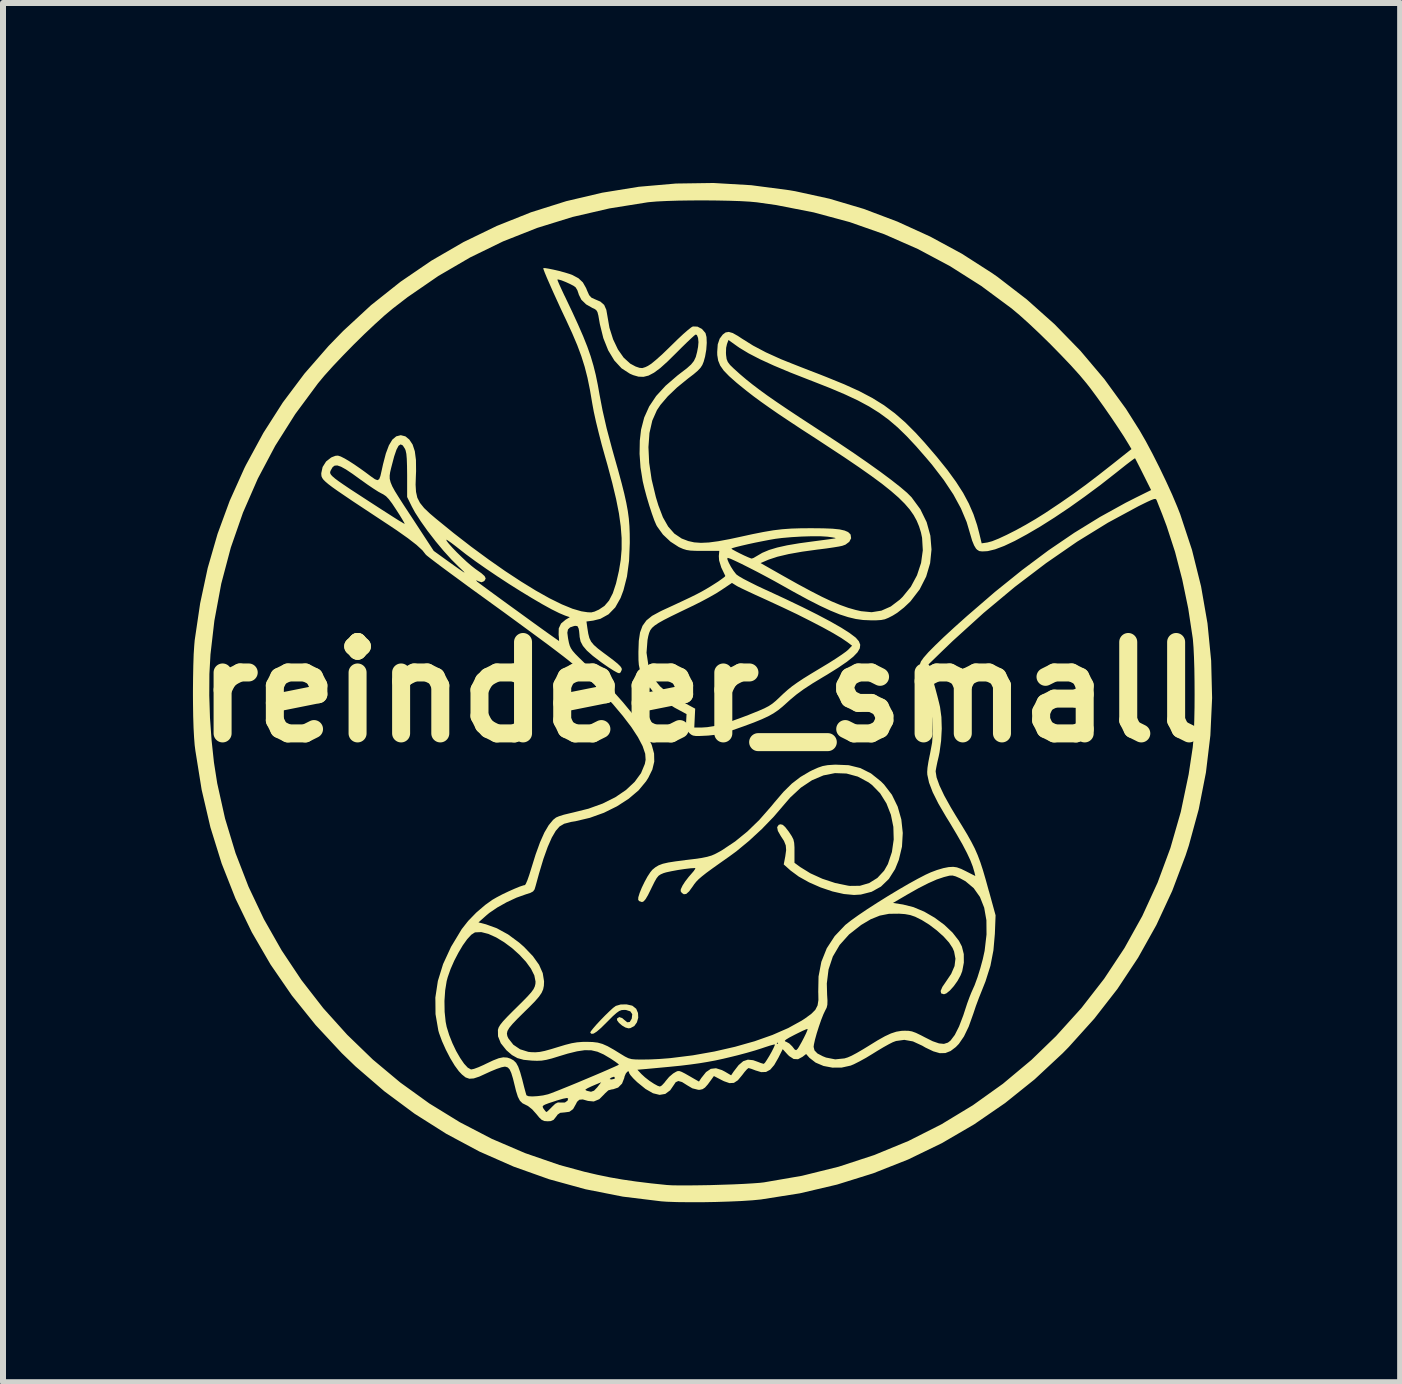
<source format=kicad_pcb>
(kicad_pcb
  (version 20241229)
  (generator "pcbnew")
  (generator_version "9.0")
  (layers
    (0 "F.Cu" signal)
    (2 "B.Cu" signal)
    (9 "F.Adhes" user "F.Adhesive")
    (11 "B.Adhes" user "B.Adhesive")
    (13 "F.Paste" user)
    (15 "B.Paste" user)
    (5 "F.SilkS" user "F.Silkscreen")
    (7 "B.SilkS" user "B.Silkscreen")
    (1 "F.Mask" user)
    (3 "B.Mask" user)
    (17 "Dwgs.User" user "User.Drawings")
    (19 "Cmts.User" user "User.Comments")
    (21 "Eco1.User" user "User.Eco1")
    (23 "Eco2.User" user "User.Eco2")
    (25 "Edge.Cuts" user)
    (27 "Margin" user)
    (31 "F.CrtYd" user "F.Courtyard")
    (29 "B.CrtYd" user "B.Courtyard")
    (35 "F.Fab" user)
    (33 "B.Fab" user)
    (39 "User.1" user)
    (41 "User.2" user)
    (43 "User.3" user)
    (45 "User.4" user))
  (footprint "reindeer_small"
    (layer "F.Cu")
    (at 8.643 8.485)
    (property "Reference" "reindeer_small" (at 0 0 0) (layer "F.SilkS") (effects (font (size 1.524 1.524) (thickness 0.3))))
    (attr board_only exclude_from_pos_files exclude_from_bom)
    (fp_poly (pts (xy -1.159 5.226) (xy -1.15 5.23) (xy -1.089 5.279) (xy -1.059 5.349) (xy -1.055 5.428) (xy -1.077 5.505) (xy -1.121 5.567) (xy -1.186 5.601) (xy -1.219 5.605) (xy -1.269 5.591) (xy -1.325 5.558) (xy -1.376 5.514) (xy -1.407 5.472) (xy -1.41 5.443) (xy -1.372 5.417) (xy -1.322 5.434) (xy -1.289 5.463) (xy -1.238 5.504) (xy -1.197 5.499) (xy -1.166 5.448) (xy -1.163 5.44) (xy -1.155 5.369) (xy -1.187 5.322) (xy -1.259 5.299) (xy -1.293 5.298) (xy -1.333 5.301) (xy -1.372 5.316) (xy -1.417 5.348) (xy -1.478 5.402) (xy -1.561 5.485) (xy -1.575 5.499) (xy -1.673 5.596) (xy -1.746 5.659) (xy -1.798 5.692) (xy -1.833 5.697) (xy -1.855 5.678) (xy -1.845 5.654) (xy -1.807 5.606) (xy -1.75 5.54) (xy -1.681 5.466) (xy -1.607 5.39) (xy -1.536 5.321) (xy -1.475 5.265) (xy -1.431 5.232) (xy -1.426 5.23) (xy -1.346 5.207) (xy -1.249 5.206)) (stroke (width 0) (type solid)) (fill yes) (layer "F.SilkS"))
    (fp_poly (pts (xy 2.453 1.219) (xy 2.647 1.267) (xy 2.824 1.356) (xy 2.99 1.489) (xy 3.042 1.541) (xy 3.173 1.712) (xy 3.269 1.909) (xy 3.33 2.123) (xy 3.354 2.348) (xy 3.341 2.576) (xy 3.288 2.798) (xy 3.226 2.951) (xy 3.122 3.115) (xy 2.991 3.242) (xy 2.835 3.329) (xy 2.655 3.375) (xy 2.541 3.382) (xy 2.372 3.366) (xy 2.182 3.323) (xy 1.984 3.256) (xy 1.793 3.172) (xy 1.621 3.076) (xy 1.483 2.974) (xy 1.37 2.873) (xy 1.396 2.737) (xy 1.41 2.634) (xy 1.404 2.556) (xy 1.374 2.481) (xy 1.319 2.397) (xy 1.272 2.314) (xy 1.26 2.252) (xy 1.286 2.213) (xy 1.315 2.204) (xy 1.351 2.212) (xy 1.393 2.248) (xy 1.449 2.32) (xy 1.457 2.331) (xy 1.503 2.401) (xy 1.531 2.456) (xy 1.544 2.513) (xy 1.549 2.589) (xy 1.549 2.656) (xy 1.549 2.846) (xy 1.644 2.916) (xy 1.814 3.021) (xy 2.014 3.112) (xy 2.229 3.183) (xy 2.442 3.227) (xy 2.473 3.231) (xy 2.64 3.229) (xy 2.795 3.183) (xy 2.931 3.098) (xy 3.043 2.977) (xy 3.106 2.867) (xy 3.173 2.666) (xy 3.203 2.457) (xy 3.197 2.247) (xy 3.156 2.045) (xy 3.082 1.856) (xy 2.977 1.688) (xy 2.843 1.55) (xy 2.785 1.506) (xy 2.604 1.409) (xy 2.416 1.358) (xy 2.224 1.351) (xy 2.032 1.389) (xy 1.841 1.47) (xy 1.656 1.593) (xy 1.478 1.758) (xy 1.377 1.875) (xy 1.205 2.076) (xy 1.006 2.282) (xy 0.793 2.479) (xy 0.581 2.654) (xy 0.461 2.742) (xy 0.302 2.854) (xy 0.177 2.943) (xy 0.08 3.014) (xy 0.008 3.071) (xy -0.047 3.118) (xy -0.088 3.16) (xy -0.121 3.201) (xy -0.148 3.241) (xy -0.208 3.323) (xy -0.255 3.365) (xy -0.295 3.37) (xy -0.328 3.348) (xy -0.348 3.32) (xy -0.346 3.287) (xy -0.32 3.232) (xy -0.318 3.227) (xy -0.275 3.16) (xy -0.215 3.082) (xy -0.176 3.037) (xy -0.129 2.982) (xy -0.105 2.945) (xy -0.105 2.933) (xy -0.18 2.937) (xy -0.281 2.949) (xy -0.394 2.966) (xy -0.502 2.986) (xy -0.59 3.005) (xy -0.633 3.018) (xy -0.68 3.038) (xy -0.716 3.062) (xy -0.748 3.101) (xy -0.784 3.164) (xy -0.831 3.259) (xy -0.84 3.278) (xy -0.892 3.383) (xy -0.932 3.451) (xy -0.964 3.488) (xy -0.991 3.5) (xy -0.994 3.5) (xy -1.04 3.484) (xy -1.056 3.463) (xy -1.054 3.421) (xy -1.032 3.349) (xy -0.996 3.26) (xy -0.95 3.165) (xy -0.901 3.075) (xy -0.853 3.002) (xy -0.82 2.962) (xy -0.77 2.921) (xy -0.715 2.888) (xy -0.646 2.862) (xy -0.555 2.841) (xy -0.434 2.822) (xy -0.274 2.802) (xy -0.274 2.801) (xy -0.117 2.782) (xy 0.002 2.765) (xy 0.094 2.746) (xy 0.169 2.724) (xy 0.236 2.694) (xy 0.307 2.656) (xy 0.341 2.636) (xy 0.56 2.49) (xy 0.764 2.324) (xy 0.962 2.132) (xy 1.162 1.904) (xy 1.216 1.838) (xy 1.365 1.664) (xy 1.506 1.525) (xy 1.649 1.415) (xy 1.803 1.324) (xy 1.845 1.303) (xy 1.941 1.26) (xy 2.02 1.233) (xy 2.103 1.218) (xy 2.209 1.211) (xy 2.235 1.21)) (stroke (width 0) (type solid)) (fill yes) (layer "F.SilkS"))
    (fp_poly (pts (xy 0.829 -8.448) (xy 1.461 -8.365) (xy 1.561 -8.348) (xy 2.132 -8.223) (xy 2.701 -8.054) (xy 3.263 -7.842) (xy 3.811 -7.592) (xy 4.339 -7.306) (xy 4.84 -6.985) (xy 4.932 -6.921) (xy 5.421 -6.544) (xy 5.884 -6.131) (xy 6.316 -5.687) (xy 6.714 -5.216) (xy 7.074 -4.721) (xy 7.301 -4.362) (xy 7.405 -4.181) (xy 7.517 -3.971) (xy 7.631 -3.745) (xy 7.742 -3.514) (xy 7.844 -3.291) (xy 7.93 -3.087) (xy 7.978 -2.965) (xy 8.175 -2.368) (xy 8.326 -1.761) (xy 8.433 -1.145) (xy 8.494 -0.524) (xy 8.51 0.099) (xy 8.481 0.722) (xy 8.407 1.341) (xy 8.287 1.954) (xy 8.122 2.558) (xy 8.069 2.72) (xy 7.845 3.314) (xy 7.581 3.883) (xy 7.276 4.428) (xy 6.932 4.948) (xy 6.546 5.444) (xy 6.119 5.918) (xy 6.019 6.02) (xy 5.552 6.455) (xy 5.06 6.85) (xy 4.544 7.205) (xy 4.005 7.519) (xy 3.444 7.791) (xy 2.862 8.021) (xy 2.259 8.209) (xy 1.638 8.355) (xy 0.998 8.456) (xy 0.993 8.457) (xy 0.848 8.471) (xy 0.666 8.483) (xy 0.459 8.492) (xy 0.238 8.499) (xy 0.013 8.503) (xy -0.205 8.503) (xy -0.405 8.501) (xy -0.577 8.495) (xy -0.674 8.488) (xy -1.311 8.41) (xy -1.934 8.287) (xy -2.541 8.12) (xy -3.131 7.91) (xy -3.703 7.658) (xy -4.254 7.363) (xy -4.783 7.028) (xy -5.288 6.653) (xy -5.768 6.239) (xy -5.996 6.019) (xy -6.432 5.55) (xy -6.828 5.058) (xy -7.183 4.542) (xy -7.496 4.003) (xy -7.768 3.442) (xy -7.998 2.859) (xy -8.186 2.254) (xy -8.332 1.628) (xy -8.436 0.98) (xy -8.448 0.887) (xy -8.458 0.76) (xy -8.467 0.596) (xy -8.473 0.404) (xy -8.476 0.195) (xy -8.477 0.058) (xy -8.205 0.058) (xy -8.193 0.432) (xy -8.166 0.808) (xy -8.127 1.173) (xy -8.074 1.511) (xy -8.074 1.514) (xy -7.942 2.107) (xy -7.767 2.685) (xy -7.55 3.246) (xy -7.294 3.786) (xy -6.999 4.305) (xy -6.669 4.8) (xy -6.304 5.27) (xy -5.906 5.712) (xy -5.478 6.126) (xy -5.021 6.508) (xy -4.537 6.857) (xy -4.028 7.17) (xy -3.495 7.447) (xy -2.94 7.685) (xy -2.366 7.883) (xy -1.954 7.995) (xy -1.739 8.045) (xy -1.531 8.088) (xy -1.319 8.125) (xy -1.092 8.158) (xy -0.839 8.189) (xy -0.579 8.216) (xy -0.495 8.221) (xy -0.372 8.223) (xy -0.218 8.223) (xy -0.044 8.221) (xy 0.144 8.218) (xy 0.335 8.212) (xy 0.523 8.206) (xy 0.697 8.198) (xy 0.85 8.189) (xy 0.972 8.18) (xy 1.041 8.172) (xy 1.673 8.063) (xy 2.286 7.911) (xy 2.878 7.717) (xy 3.449 7.482) (xy 3.997 7.205) (xy 4.522 6.887) (xy 5.023 6.529) (xy 5.499 6.131) (xy 5.908 5.735) (xy 6.331 5.267) (xy 6.711 4.778) (xy 7.049 4.267) (xy 7.346 3.733) (xy 7.601 3.177) (xy 7.815 2.599) (xy 7.988 1.997) (xy 8.119 1.372) (xy 8.187 0.922) (xy 8.198 0.803) (xy 8.207 0.646) (xy 8.213 0.46) (xy 8.217 0.255) (xy 8.218 0.039) (xy 8.217 -0.178) (xy 8.214 -0.387) (xy 8.208 -0.579) (xy 8.2 -0.744) (xy 8.19 -0.873) (xy 8.187 -0.899) (xy 8.112 -1.393) (xy 8.012 -1.876) (xy 7.892 -2.337) (xy 7.752 -2.767) (xy 7.681 -2.956) (xy 7.645 -3.047) (xy 7.613 -3.127) (xy 7.592 -3.181) (xy 7.59 -3.187) (xy 7.58 -3.208) (xy 7.566 -3.219) (xy 7.541 -3.217) (xy 7.497 -3.201) (xy 7.427 -3.169) (xy 7.325 -3.119) (xy 7.279 -3.096) (xy 6.774 -2.823) (xy 6.261 -2.507) (xy 5.743 -2.149) (xy 5.222 -1.753) (xy 4.702 -1.319) (xy 4.186 -0.851) (xy 4.002 -0.674) (xy 3.783 -0.461) (xy 3.864 -0.177) (xy 3.899 -0.052) (xy 3.932 0.072) (xy 3.959 0.18) (xy 3.975 0.248) (xy 3.998 0.417) (xy 4.004 0.611) (xy 3.993 0.813) (xy 3.967 1.003) (xy 3.953 1.072) (xy 3.93 1.17) (xy 3.913 1.254) (xy 3.903 1.311) (xy 3.902 1.324) (xy 3.918 1.424) (xy 3.966 1.558) (xy 4.045 1.725) (xy 4.155 1.923) (xy 4.23 2.048) (xy 4.339 2.225) (xy 4.427 2.371) (xy 4.497 2.496) (xy 4.555 2.609) (xy 4.603 2.719) (xy 4.647 2.836) (xy 4.69 2.968) (xy 4.736 3.125) (xy 4.789 3.317) (xy 4.791 3.321) (xy 4.901 3.721) (xy 4.889 4.03) (xy 4.865 4.305) (xy 4.815 4.563) (xy 4.733 4.822) (xy 4.671 4.978) (xy 4.623 5.098) (xy 4.572 5.235) (xy 4.53 5.361) (xy 4.527 5.369) (xy 4.453 5.576) (xy 4.374 5.74) (xy 4.289 5.864) (xy 4.238 5.917) (xy 4.151 5.983) (xy 4.064 6.017) (xy 3.971 6.019) (xy 3.863 5.988) (xy 3.731 5.925) (xy 3.678 5.894) (xy 3.524 5.823) (xy 3.379 5.797) (xy 3.242 5.816) (xy 3.188 5.836) (xy 3.125 5.868) (xy 3.035 5.918) (xy 2.931 5.98) (xy 2.849 6.031) (xy 2.742 6.096) (xy 2.633 6.156) (xy 2.538 6.204) (xy 2.485 6.226) (xy 2.336 6.259) (xy 2.182 6.26) (xy 2.033 6.232) (xy 1.901 6.176) (xy 1.798 6.096) (xy 1.793 6.09) (xy 1.743 6.033) (xy 1.684 6.079) (xy 1.608 6.12) (xy 1.535 6.116) (xy 1.46 6.067) (xy 1.432 6.039) (xy 1.353 5.952) (xy 1.28 6.097) (xy 1.211 6.217) (xy 1.145 6.294) (xy 1.075 6.332) (xy 0.994 6.335) (xy 0.895 6.305) (xy 0.891 6.303) (xy 0.83 6.28) (xy 0.788 6.268) (xy 0.783 6.267) (xy 0.759 6.285) (xy 0.718 6.331) (xy 0.677 6.385) (xy 0.606 6.47) (xy 0.539 6.514) (xy 0.465 6.518) (xy 0.373 6.486) (xy 0.335 6.467) (xy 0.206 6.4) (xy 0.168 6.453) (xy 0.105 6.539) (xy 0.058 6.592) (xy 0.017 6.619) (xy -0.027 6.629) (xy -0.056 6.629) (xy -0.153 6.605) (xy -0.241 6.553) (xy -0.325 6.5) (xy -0.387 6.483) (xy -0.431 6.503) (xy -0.451 6.533) (xy -0.522 6.637) (xy -0.604 6.698) (xy -0.699 6.714) (xy -0.809 6.687) (xy -0.933 6.616) (xy -1.073 6.502) (xy -1.137 6.44) (xy -1.184 6.386) (xy -1.206 6.352) (xy -1.206 6.348) (xy -1.215 6.32) (xy -1.236 6.327) (xy -1.262 6.358) (xy -1.283 6.407) (xy -1.289 6.435) (xy -1.325 6.526) (xy -1.39 6.592) (xy -1.475 6.621) (xy -1.492 6.622) (xy -1.553 6.638) (xy -1.611 6.691) (xy -1.62 6.702) (xy -1.704 6.786) (xy -1.796 6.824) (xy -1.891 6.815) (xy -1.895 6.814) (xy -1.98 6.79) (xy -2.037 6.795) (xy -2.075 6.83) (xy -2.093 6.866) (xy -2.141 6.951) (xy -2.203 6.996) (xy -2.289 7.007) (xy -2.291 7.007) (xy -2.355 7.013) (xy -2.398 7.042) (xy -2.425 7.079) (xy -2.466 7.13) (xy -2.514 7.151) (xy -2.565 7.154) (xy -2.619 7.15) (xy -2.661 7.133) (xy -2.704 7.093) (xy -2.754 7.032) (xy -2.824 6.954) (xy -2.877 6.912) (xy -2.649 6.912) (xy -2.639 6.935) (xy -2.632 6.946) (xy -2.602 6.986) (xy -2.585 7) (xy -2.564 6.985) (xy -2.523 6.945) (xy -2.494 6.915) (xy -2.438 6.862) (xy -2.394 6.84) (xy -2.346 6.842) (xy -2.345 6.842) (xy -2.277 6.841) (xy -2.233 6.81) (xy -2.223 6.774) (xy -2.245 6.766) (xy -2.308 6.778) (xy -2.413 6.808) (xy -2.445 6.819) (xy -2.546 6.852) (xy -2.609 6.876) (xy -2.641 6.895) (xy -2.649 6.912) (xy -2.877 6.912) (xy -2.894 6.899) (xy -2.928 6.882) (xy -2.984 6.854) (xy -3.027 6.812) (xy -3.061 6.747) (xy -3.092 6.649) (xy -3.11 6.575) (xy -3.143 6.442) (xy -3.171 6.35) (xy -3.198 6.291) (xy -3.228 6.258) (xy -3.264 6.245) (xy -3.284 6.244) (xy -3.334 6.254) (xy -3.414 6.281) (xy -3.511 6.321) (xy -3.579 6.352) (xy -3.703 6.409) (xy -3.797 6.44) (xy -3.87 6.445) (xy -3.933 6.423) (xy -3.994 6.374) (xy -4.045 6.32) (xy -4.114 6.226) (xy -4.189 6.102) (xy -4.262 5.961) (xy -4.326 5.818) (xy -4.374 5.687) (xy -4.387 5.642) (xy -4.434 5.368) (xy -4.436 5.149) (xy -4.285 5.149) (xy -4.282 5.33) (xy -4.265 5.496) (xy -4.248 5.581) (xy -4.206 5.717) (xy -4.152 5.853) (xy -4.09 5.983) (xy -4.023 6.099) (xy -3.958 6.194) (xy -3.897 6.26) (xy -3.845 6.289) (xy -3.837 6.29) (xy -3.791 6.28) (xy -3.718 6.253) (xy -3.63 6.214) (xy -3.6 6.199) (xy -3.475 6.14) (xy -3.38 6.103) (xy -3.305 6.088) (xy -3.24 6.092) (xy -3.185 6.11) (xy -3.133 6.139) (xy -3.091 6.18) (xy -3.056 6.243) (xy -3.023 6.335) (xy -2.987 6.463) (xy -2.98 6.492) (xy -2.956 6.587) (xy -2.935 6.664) (xy -2.921 6.713) (xy -2.917 6.722) (xy -2.885 6.736) (xy -2.82 6.74) (xy -2.734 6.735) (xy -2.641 6.723) (xy -2.554 6.703) (xy -2.553 6.702) (xy -2.507 6.686) (xy -2.427 6.655) (xy -2.351 6.625) (xy -1.936 6.625) (xy -1.928 6.638) (xy -1.903 6.648) (xy -1.842 6.662) (xy -1.792 6.644) (xy -1.738 6.588) (xy -1.732 6.58) (xy -1.673 6.504) (xy -1.765 6.542) (xy -1.835 6.572) (xy -1.894 6.6) (xy -1.903 6.605) (xy -1.936 6.625) (xy -2.351 6.625) (xy -2.322 6.613) (xy -2.198 6.563) (xy -2.062 6.507) (xy -1.927 6.45) (xy -1.532 6.45) (xy -1.509 6.456) (xy -1.496 6.456) (xy -1.454 6.447) (xy -1.443 6.433) (xy -1.458 6.411) (xy -1.501 6.425) (xy -1.514 6.433) (xy -1.532 6.45) (xy -1.927 6.45) (xy -1.922 6.448) (xy -1.784 6.39) (xy -1.655 6.335) (xy -1.563 6.295) (xy -1.069 6.295) (xy -1.002 6.367) (xy -0.942 6.422) (xy -0.869 6.479) (xy -0.793 6.529) (xy -0.729 6.564) (xy -0.693 6.575) (xy -0.662 6.557) (xy -0.619 6.511) (xy -0.597 6.482) (xy -0.54 6.414) (xy -0.474 6.358) (xy -0.454 6.346) (xy -0.422 6.327) (xy -0.396 6.317) (xy -0.369 6.317) (xy -0.332 6.33) (xy -0.275 6.359) (xy -0.191 6.407) (xy -0.122 6.447) (xy -0.043 6.492) (xy -0.004 6.433) (xy 0.075 6.334) (xy 0.155 6.28) (xy 0.241 6.27) (xy 0.34 6.301) (xy 0.39 6.327) (xy 0.493 6.388) (xy 0.536 6.324) (xy 0.618 6.218) (xy 0.694 6.153) (xy 0.772 6.127) (xy 0.86 6.136) (xy 0.931 6.161) (xy 0.991 6.184) (xy 1.033 6.196) (xy 1.038 6.196) (xy 1.058 6.177) (xy 1.09 6.129) (xy 1.13 6.064) (xy 1.17 5.993) (xy 1.202 5.929) (xy 1.221 5.885) (xy 1.222 5.873) (xy 1.198 5.877) (xy 1.139 5.893) (xy 1.056 5.92) (xy 1.003 5.938) (xy 0.89 5.974) (xy 0.751 6.014) (xy 0.605 6.053) (xy 0.508 6.077) (xy 0.361 6.112) (xy 0.227 6.141) (xy 0.097 6.165) (xy -0.036 6.187) (xy -0.18 6.207) (xy -0.343 6.227) (xy -0.533 6.246) (xy -0.757 6.267) (xy -0.919 6.282) (xy -1.069 6.295) (xy -1.563 6.295) (xy -1.543 6.286) (xy -1.454 6.247) (xy -1.397 6.221) (xy -1.377 6.21) (xy -1.392 6.195) (xy -1.438 6.161) (xy -1.505 6.116) (xy -1.519 6.107) (xy -1.632 6.04) (xy -1.734 5.995) (xy -1.836 5.971) (xy -1.947 5.969) (xy -2.075 5.988) (xy -2.23 6.026) (xy -2.372 6.069) (xy -2.495 6.107) (xy -2.587 6.13) (xy -2.665 6.143) (xy -2.743 6.146) (xy -2.826 6.143) (xy -2.963 6.13) (xy -3.069 6.101) (xy -3.16 6.05) (xy -3.25 5.972) (xy -3.254 5.968) (xy -3.346 5.853) (xy -3.392 5.738) (xy -3.394 5.631) (xy -3.382 5.591) (xy -3.355 5.546) (xy -3.31 5.489) (xy -3.24 5.414) (xy -3.142 5.315) (xy -3.1 5.274) (xy -2.985 5.16) (xy -2.899 5.072) (xy -2.839 5.005) (xy -2.8 4.951) (xy -2.779 4.906) (xy -2.769 4.864) (xy -2.767 4.825) (xy -2.787 4.723) (xy -2.843 4.611) (xy -2.928 4.494) (xy -3.036 4.378) (xy -3.158 4.268) (xy -3.29 4.17) (xy -3.424 4.089) (xy -3.553 4.031) (xy -3.671 4.001) (xy -3.77 4.005) (xy -3.781 4.008) (xy -3.838 4.045) (xy -3.906 4.119) (xy -3.979 4.221) (xy -4.052 4.344) (xy -4.122 4.478) (xy -4.183 4.617) (xy -4.23 4.751) (xy -4.248 4.817) (xy -4.273 4.972) (xy -4.285 5.149) (xy -4.436 5.149) (xy -4.437 5.093) (xy -4.395 4.816) (xy -4.308 4.534) (xy -4.175 4.246) (xy -3.997 3.951) (xy -3.996 3.95) (xy -3.909 3.839) (xy -3.718 3.839) (xy -3.594 3.871) (xy -3.412 3.937) (xy -3.224 4.04) (xy -3.041 4.175) (xy -2.958 4.248) (xy -2.811 4.402) (xy -2.708 4.546) (xy -2.647 4.684) (xy -2.625 4.82) (xy -2.625 4.828) (xy -2.628 4.896) (xy -2.64 4.955) (xy -2.666 5.014) (xy -2.71 5.078) (xy -2.777 5.155) (xy -2.871 5.251) (xy -2.955 5.333) (xy -3.068 5.445) (xy -3.15 5.531) (xy -3.205 5.597) (xy -3.235 5.649) (xy -3.244 5.692) (xy -3.237 5.734) (xy -3.219 5.773) (xy -3.137 5.878) (xy -3.024 5.954) (xy -2.887 5.997) (xy -2.839 6.002) (xy -2.768 6.004) (xy -2.697 5.998) (xy -2.613 5.981) (xy -2.505 5.951) (xy -2.407 5.921) (xy -2.271 5.88) (xy -2.165 5.853) (xy -2.075 5.838) (xy -1.985 5.831) (xy -1.916 5.83) (xy -1.815 5.833) (xy -1.73 5.843) (xy -1.651 5.865) (xy -1.565 5.903) (xy -1.462 5.961) (xy -1.35 6.03) (xy -1.276 6.075) (xy -1.219 6.103) (xy -1.164 6.118) (xy -1.094 6.124) (xy -0.994 6.125) (xy -0.98 6.125) (xy -0.854 6.123) (xy -0.706 6.116) (xy -0.563 6.105) (xy -0.517 6.101) (xy -0.146 6.055) (xy 0.215 5.991) (xy 0.56 5.912) (xy 0.767 5.853) (xy 1.253 5.853) (xy 1.265 5.865) (xy 1.277 5.853) (xy 1.265 5.842) (xy 1.253 5.853) (xy 0.767 5.853) (xy 0.885 5.82) (xy 0.91 5.811) (xy 1.388 5.811) (xy 1.394 5.823) (xy 1.409 5.828) (xy 1.461 5.856) (xy 1.513 5.907) (xy 1.518 5.914) (xy 1.554 5.959) (xy 1.577 5.969) (xy 1.599 5.949) (xy 1.604 5.943) (xy 1.623 5.914) (xy 1.868 5.914) (xy 1.883 5.973) (xy 1.932 6.024) (xy 2.02 6.07) (xy 2.075 6.092) (xy 2.228 6.122) (xy 2.383 6.106) (xy 2.438 6.089) (xy 2.5 6.062) (xy 2.588 6.015) (xy 2.691 5.955) (xy 2.781 5.9) (xy 2.933 5.806) (xy 3.056 5.737) (xy 3.157 5.69) (xy 3.246 5.661) (xy 3.331 5.647) (xy 3.379 5.645) (xy 3.447 5.646) (xy 3.507 5.656) (xy 3.573 5.68) (xy 3.658 5.721) (xy 3.719 5.753) (xy 3.853 5.82) (xy 3.958 5.856) (xy 4.04 5.864) (xy 4.106 5.843) (xy 4.15 5.809) (xy 4.221 5.715) (xy 4.292 5.574) (xy 4.363 5.388) (xy 4.393 5.296) (xy 4.428 5.189) (xy 4.464 5.091) (xy 4.494 5.015) (xy 4.505 4.99) (xy 4.551 4.887) (xy 4.6 4.753) (xy 4.647 4.602) (xy 4.688 4.451) (xy 4.718 4.314) (xy 4.719 4.307) (xy 4.75 4.041) (xy 4.748 3.803) (xy 4.711 3.594) (xy 4.64 3.415) (xy 4.536 3.268) (xy 4.399 3.153) (xy 4.307 3.103) (xy 4.236 3.072) (xy 4.184 3.058) (xy 4.133 3.06) (xy 4.062 3.078) (xy 4.039 3.084) (xy 3.92 3.124) (xy 3.78 3.186) (xy 3.615 3.27) (xy 3.419 3.381) (xy 3.387 3.4) (xy 3.191 3.515) (xy 3.358 3.541) (xy 3.533 3.585) (xy 3.712 3.66) (xy 3.886 3.761) (xy 4.046 3.879) (xy 4.184 4.01) (xy 4.29 4.146) (xy 4.339 4.24) (xy 4.371 4.367) (xy 4.372 4.51) (xy 4.345 4.652) (xy 4.318 4.721) (xy 4.267 4.814) (xy 4.205 4.901) (xy 4.14 4.974) (xy 4.081 5.022) (xy 4.041 5.037) (xy 3.994 5.023) (xy 3.985 4.982) (xy 4.014 4.914) (xy 4.064 4.841) (xy 4.161 4.697) (xy 4.217 4.567) (xy 4.232 4.444) (xy 4.209 4.323) (xy 4.184 4.265) (xy 4.125 4.175) (xy 4.034 4.074) (xy 3.92 3.972) (xy 3.795 3.877) (xy 3.668 3.798) (xy 3.659 3.794) (xy 3.561 3.745) (xy 3.479 3.717) (xy 3.392 3.701) (xy 3.295 3.694) (xy 3.124 3.696) (xy 2.971 3.726) (xy 2.82 3.787) (xy 2.66 3.882) (xy 2.459 4.04) (xy 2.302 4.215) (xy 2.188 4.409) (xy 2.117 4.623) (xy 2.088 4.858) (xy 2.093 5.044) (xy 2.099 5.144) (xy 2.097 5.212) (xy 2.085 5.262) (xy 2.062 5.306) (xy 2.031 5.371) (xy 1.994 5.465) (xy 1.956 5.575) (xy 1.92 5.688) (xy 1.891 5.793) (xy 1.873 5.875) (xy 1.868 5.914) (xy 1.623 5.914) (xy 1.631 5.9) (xy 1.67 5.831) (xy 1.706 5.762) (xy 1.741 5.691) (xy 1.763 5.638) (xy 1.768 5.615) (xy 1.744 5.621) (xy 1.688 5.645) (xy 1.61 5.683) (xy 1.556 5.71) (xy 1.464 5.758) (xy 1.41 5.791) (xy 1.388 5.811) (xy 0.91 5.811) (xy 1.182 5.715) (xy 1.445 5.6) (xy 1.67 5.476) (xy 1.725 5.44) (xy 1.828 5.365) (xy 1.896 5.297) (xy 1.934 5.223) (xy 1.948 5.133) (xy 1.946 5.011) (xy 1.945 5.005) (xy 1.95 4.741) (xy 1.997 4.496) (xy 2.087 4.271) (xy 2.22 4.067) (xy 2.394 3.884) (xy 2.402 3.877) (xy 2.491 3.807) (xy 2.614 3.719) (xy 2.762 3.619) (xy 2.928 3.512) (xy 3.104 3.402) (xy 3.28 3.296) (xy 3.45 3.197) (xy 3.604 3.112) (xy 3.735 3.044) (xy 3.82 3.005) (xy 3.924 2.966) (xy 4.029 2.935) (xy 4.115 2.918) (xy 4.124 2.917) (xy 4.196 2.913) (xy 4.257 2.922) (xy 4.328 2.948) (xy 4.404 2.985) (xy 4.563 3.066) (xy 4.549 3.005) (xy 4.521 2.909) (xy 4.48 2.803) (xy 4.424 2.683) (xy 4.35 2.541) (xy 4.255 2.375) (xy 4.137 2.177) (xy 4.075 2.077) (xy 3.947 1.858) (xy 3.853 1.67) (xy 3.792 1.51) (xy 3.763 1.377) (xy 3.761 1.332) (xy 3.766 1.261) (xy 3.781 1.164) (xy 3.802 1.058) (xy 3.807 1.036) (xy 3.843 0.843) (xy 3.857 0.65) (xy 3.847 0.447) (xy 3.813 0.226) (xy 3.755 -0.021) (xy 3.714 -0.167) (xy 3.684 -0.274) (xy 3.66 -0.369) (xy 3.645 -0.441) (xy 3.642 -0.47) (xy 3.657 -0.511) (xy 3.703 -0.575) (xy 3.78 -0.663) (xy 3.891 -0.775) (xy 4.035 -0.914) (xy 4.214 -1.079) (xy 4.423 -1.266) (xy 4.89 -1.669) (xy 5.342 -2.033) (xy 5.781 -2.361) (xy 6.213 -2.655) (xy 6.642 -2.919) (xy 7.071 -3.156) (xy 7.241 -3.242) (xy 7.493 -3.367) (xy 7.362 -3.629) (xy 7.312 -3.729) (xy 7.269 -3.813) (xy 7.239 -3.872) (xy 7.225 -3.897) (xy 7.225 -3.897) (xy 7.206 -3.886) (xy 7.156 -3.849) (xy 7.081 -3.792) (xy 6.989 -3.719) (xy 6.915 -3.66) (xy 6.652 -3.454) (xy 6.389 -3.259) (xy 6.132 -3.076) (xy 5.883 -2.909) (xy 5.646 -2.759) (xy 5.424 -2.629) (xy 5.223 -2.52) (xy 5.045 -2.436) (xy 4.894 -2.379) (xy 4.774 -2.35) (xy 4.758 -2.348) (xy 4.678 -2.344) (xy 4.629 -2.35) (xy 4.594 -2.372) (xy 4.574 -2.392) (xy 4.543 -2.444) (xy 4.51 -2.524) (xy 4.487 -2.603) (xy 4.419 -2.834) (xy 4.323 -3.062) (xy 4.197 -3.294) (xy 4.037 -3.535) (xy 3.84 -3.791) (xy 3.746 -3.902) (xy 3.577 -4.096) (xy 3.42 -4.264) (xy 3.27 -4.41) (xy 3.119 -4.539) (xy 2.962 -4.654) (xy 2.793 -4.76) (xy 2.605 -4.861) (xy 2.391 -4.961) (xy 2.146 -5.065) (xy 1.862 -5.177) (xy 1.797 -5.202) (xy 1.478 -5.327) (xy 1.204 -5.442) (xy 0.973 -5.548) (xy 0.784 -5.646) (xy 0.635 -5.736) (xy 0.6 -5.76) (xy 0.449 -5.868) (xy 0.424 -5.801) (xy 0.41 -5.738) (xy 0.407 -5.654) (xy 0.409 -5.617) (xy 0.418 -5.551) (xy 0.438 -5.501) (xy 0.476 -5.451) (xy 0.542 -5.387) (xy 0.545 -5.385) (xy 0.641 -5.298) (xy 0.74 -5.214) (xy 0.846 -5.129) (xy 0.963 -5.04) (xy 1.096 -4.943) (xy 1.25 -4.836) (xy 1.429 -4.715) (xy 1.637 -4.577) (xy 1.879 -4.419) (xy 1.998 -4.341) (xy 2.277 -4.158) (xy 2.536 -3.984) (xy 2.771 -3.821) (xy 2.981 -3.671) (xy 3.162 -3.536) (xy 3.311 -3.419) (xy 3.425 -3.322) (xy 3.5 -3.247) (xy 3.647 -3.047) (xy 3.752 -2.832) (xy 3.814 -2.607) (xy 3.833 -2.377) (xy 3.81 -2.148) (xy 3.744 -1.925) (xy 3.636 -1.712) (xy 3.485 -1.515) (xy 3.475 -1.504) (xy 3.373 -1.408) (xy 3.262 -1.321) (xy 3.188 -1.275) (xy 3.114 -1.237) (xy 3.055 -1.213) (xy 2.994 -1.201) (xy 2.915 -1.196) (xy 2.814 -1.196) (xy 2.693 -1.201) (xy 2.571 -1.218) (xy 2.442 -1.249) (xy 2.303 -1.294) (xy 2.149 -1.357) (xy 1.973 -1.439) (xy 1.771 -1.542) (xy 1.539 -1.668) (xy 1.361 -1.768) (xy 1.218 -1.848) (xy 1.07 -1.928) (xy 0.925 -2.005) (xy 0.788 -2.075) (xy 0.665 -2.137) (xy 0.562 -2.186) (xy 0.485 -2.221) (xy 0.44 -2.236) (xy 0.431 -2.236) (xy 0.432 -2.208) (xy 0.455 -2.154) (xy 0.49 -2.088) (xy 0.533 -2.021) (xy 0.575 -1.967) (xy 0.585 -1.957) (xy 0.627 -1.928) (xy 0.703 -1.884) (xy 0.808 -1.83) (xy 0.932 -1.768) (xy 1.069 -1.704) (xy 1.088 -1.696) (xy 1.402 -1.55) (xy 1.686 -1.414) (xy 1.935 -1.289) (xy 2.15 -1.175) (xy 2.327 -1.074) (xy 2.464 -0.987) (xy 2.56 -0.915) (xy 2.574 -0.903) (xy 2.623 -0.846) (xy 2.645 -0.789) (xy 2.638 -0.729) (xy 2.6 -0.663) (xy 2.529 -0.589) (xy 2.422 -0.504) (xy 2.277 -0.405) (xy 2.093 -0.29) (xy 2.022 -0.248) (xy 1.845 -0.141) (xy 1.702 -0.047) (xy 1.583 0.04) (xy 1.481 0.125) (xy 1.43 0.171) (xy 1.351 0.242) (xy 1.277 0.302) (xy 1.199 0.355) (xy 1.111 0.404) (xy 1.005 0.453) (xy 0.873 0.507) (xy 0.709 0.568) (xy 0.579 0.614) (xy 0.439 0.662) (xy 0.325 0.694) (xy 0.222 0.713) (xy 0.114 0.725) (xy 0.076 0.727) (xy -0.028 0.732) (xy -0.097 0.732) (xy -0.142 0.725) (xy -0.174 0.709) (xy -0.203 0.684) (xy -0.239 0.644) (xy -0.255 0.599) (xy -0.258 0.532) (xy -0.257 0.497) (xy -0.25 0.367) (xy -0.449 0.26) (xy -0.655 0.13) (xy -0.818 -0.018) (xy -0.941 -0.185) (xy -0.976 -0.253) (xy -1.01 -0.328) (xy -1.032 -0.39) (xy -1.045 -0.453) (xy -1.051 -0.531) (xy -1.052 -0.638) (xy -1.052 -0.655) (xy -0.917 -0.655) (xy -0.887 -0.453) (xy -0.827 -0.29) (xy -0.766 -0.186) (xy -0.691 -0.095) (xy -0.592 -0.009) (xy -0.463 0.078) (xy -0.329 0.156) (xy -0.106 0.277) (xy -0.121 0.591) (xy 0.006 0.591) (xy 0.095 0.585) (xy 0.205 0.568) (xy 0.309 0.545) (xy 0.397 0.519) (xy 0.515 0.48) (xy 0.648 0.432) (xy 0.784 0.381) (xy 0.815 0.368) (xy 0.947 0.315) (xy 1.046 0.272) (xy 1.121 0.233) (xy 1.181 0.193) (xy 1.238 0.146) (xy 1.288 0.099) (xy 1.366 0.025) (xy 1.438 -0.039) (xy 1.511 -0.098) (xy 1.594 -0.157) (xy 1.693 -0.223) (xy 1.817 -0.3) (xy 1.973 -0.394) (xy 1.998 -0.409) (xy 2.124 -0.485) (xy 2.239 -0.558) (xy 2.336 -0.623) (xy 2.407 -0.674) (xy 2.443 -0.704) (xy 2.509 -0.773) (xy 2.431 -0.832) (xy 2.331 -0.9) (xy 2.192 -0.983) (xy 2.02 -1.078) (xy 1.818 -1.183) (xy 1.594 -1.296) (xy 1.35 -1.412) (xy 1.093 -1.531) (xy 1.023 -1.563) (xy 0.895 -1.621) (xy 0.777 -1.676) (xy 0.678 -1.723) (xy 0.607 -1.758) (xy 0.579 -1.774) (xy 0.507 -1.819) (xy 0.33 -1.7) (xy 0.242 -1.644) (xy 0.124 -1.577) (xy -0.009 -1.506) (xy -0.142 -1.439) (xy -0.166 -1.428) (xy -0.355 -1.337) (xy -0.507 -1.263) (xy -0.625 -1.203) (xy -0.714 -1.153) (xy -0.779 -1.11) (xy -0.825 -1.07) (xy -0.855 -1.029) (xy -0.874 -0.984) (xy -0.888 -0.932) (xy -0.9 -0.87) (xy -0.901 -0.863) (xy -0.917 -0.655) (xy -1.052 -0.655) (xy -1.052 -0.674) (xy -1.046 -0.853) (xy -1.025 -0.993) (xy -0.984 -1.104) (xy -0.919 -1.194) (xy -0.825 -1.27) (xy -0.696 -1.34) (xy -0.658 -1.359) (xy -0.467 -1.447) (xy -0.313 -1.519) (xy -0.188 -1.578) (xy -0.087 -1.628) (xy -0.003 -1.672) (xy 0.071 -1.714) (xy 0.143 -1.757) (xy 0.194 -1.789) (xy 0.28 -1.844) (xy 0.347 -1.892) (xy 0.388 -1.924) (xy 0.396 -1.936) (xy 0.329 -2.076) (xy 0.293 -2.193) (xy 0.288 -2.267) (xy 0.296 -2.353) (xy 0.024 -2.353) (xy -0.098 -2.354) (xy -0.185 -2.358) (xy -0.25 -2.368) (xy -0.306 -2.385) (xy -0.32 -2.391) (xy 0.497 -2.391) (xy 0.516 -2.376) (xy 0.567 -2.348) (xy 0.635 -2.313) (xy 0.709 -2.277) (xy 0.776 -2.247) (xy 0.824 -2.228) (xy 0.836 -2.225) (xy 0.868 -2.236) (xy 0.917 -2.265) (xy 0.919 -2.266) (xy 1.013 -2.321) (xy 1.125 -2.368) (xy 1.261 -2.409) (xy 1.427 -2.446) (xy 1.628 -2.48) (xy 1.833 -2.508) (xy 1.962 -2.525) (xy 2.076 -2.54) (xy 2.165 -2.552) (xy 2.221 -2.561) (xy 2.235 -2.564) (xy 2.226 -2.57) (xy 2.179 -2.579) (xy 2.104 -2.589) (xy 2.094 -2.59) (xy 1.98 -2.597) (xy 1.834 -2.597) (xy 1.669 -2.592) (xy 1.5 -2.582) (xy 1.34 -2.568) (xy 1.23 -2.554) (xy 1.132 -2.537) (xy 1.018 -2.515) (xy 0.897 -2.491) (xy 0.777 -2.465) (xy 0.669 -2.44) (xy 0.58 -2.418) (xy 0.52 -2.401) (xy 0.497 -2.391) (xy 0.497 -2.391) (xy -0.32 -2.391) (xy -0.366 -2.411) (xy -0.382 -2.419) (xy -0.518 -2.507) (xy -0.643 -2.625) (xy -0.739 -2.758) (xy -0.753 -2.782) (xy -0.787 -2.861) (xy -0.827 -2.973) (xy -0.871 -3.108) (xy -0.914 -3.252) (xy -0.952 -3.394) (xy -0.982 -3.521) (xy -0.982 -3.524) (xy -1.017 -3.743) (xy -1.033 -3.971) (xy -1.029 -4.191) (xy -1.008 -4.374) (xy -0.956 -4.575) (xy -0.873 -4.76) (xy -0.756 -4.935) (xy -0.6 -5.105) (xy -0.403 -5.275) (xy -0.346 -5.319) (xy -0.244 -5.397) (xy -0.174 -5.46) (xy -0.127 -5.519) (xy -0.096 -5.585) (xy -0.074 -5.669) (xy -0.058 -5.753) (xy -0.051 -5.832) (xy -0.058 -5.902) (xy -0.076 -5.948) (xy -0.095 -5.96) (xy -0.119 -5.944) (xy -0.169 -5.899) (xy -0.241 -5.831) (xy -0.329 -5.745) (xy -0.42 -5.654) (xy -0.566 -5.51) (xy -0.688 -5.4) (xy -0.792 -5.323) (xy -0.883 -5.275) (xy -0.967 -5.254) (xy -1.051 -5.257) (xy -1.138 -5.282) (xy -1.194 -5.306) (xy -1.333 -5.396) (xy -1.454 -5.527) (xy -1.556 -5.696) (xy -1.637 -5.899) (xy -1.695 -6.134) (xy -1.704 -6.185) (xy -1.72 -6.277) (xy -1.735 -6.334) (xy -1.756 -6.367) (xy -1.787 -6.388) (xy -1.819 -6.402) (xy -1.924 -6.462) (xy -2.003 -6.539) (xy -2.046 -6.625) (xy -2.047 -6.631) (xy -2.07 -6.698) (xy -2.099 -6.746) (xy -2.133 -6.771) (xy -2.193 -6.802) (xy -2.263 -6.834) (xy -2.331 -6.861) (xy -2.383 -6.876) (xy -2.403 -6.876) (xy -2.396 -6.853) (xy -2.372 -6.796) (xy -2.334 -6.713) (xy -2.287 -6.612) (xy -2.279 -6.597) (xy -2.158 -6.343) (xy -2.057 -6.123) (xy -1.973 -5.93) (xy -1.904 -5.757) (xy -1.848 -5.597) (xy -1.802 -5.442) (xy -1.763 -5.286) (xy -1.729 -5.12) (xy -1.701 -4.962) (xy -1.65 -4.695) (xy -1.582 -4.397) (xy -1.493 -4.062) (xy -1.457 -3.933) (xy -1.388 -3.689) (xy -1.332 -3.482) (xy -1.288 -3.307) (xy -1.254 -3.154) (xy -1.229 -3.018) (xy -1.212 -2.892) (xy -1.202 -2.767) (xy -1.197 -2.637) (xy -1.196 -2.495) (xy -1.196 -2.483) (xy -1.208 -2.186) (xy -1.243 -1.925) (xy -1.302 -1.695) (xy -1.35 -1.567) (xy -1.438 -1.411) (xy -1.55 -1.296) (xy -1.685 -1.221) (xy -1.806 -1.191) (xy -1.918 -1.176) (xy -1.903 -1.067) (xy -1.888 -0.973) (xy -1.87 -0.901) (xy -1.841 -0.841) (xy -1.795 -0.785) (xy -1.726 -0.724) (xy -1.626 -0.648) (xy -1.581 -0.615) (xy -1.473 -0.534) (xy -1.399 -0.474) (xy -1.354 -0.43) (xy -1.332 -0.398) (xy -1.329 -0.372) (xy -1.349 -0.328) (xy -1.373 -0.313) (xy -1.405 -0.324) (xy -1.466 -0.358) (xy -1.549 -0.411) (xy -1.646 -0.478) (xy -1.678 -0.501) (xy -1.813 -0.604) (xy -1.912 -0.692) (xy -1.977 -0.769) (xy -2.016 -0.843) (xy -2.032 -0.919) (xy -2.034 -0.946) (xy -2.041 -1.018) (xy -2.049 -1.06) (xy -2.069 -1.099) (xy -2.107 -1.104) (xy -2.126 -1.1) (xy -2.191 -1.078) (xy -2.226 -1.044) (xy -2.237 -0.989) (xy -2.226 -0.902) (xy -2.221 -0.874) (xy -2.21 -0.82) (xy -2.197 -0.774) (xy -2.178 -0.732) (xy -2.149 -0.688) (xy -2.104 -0.636) (xy -2.04 -0.571) (xy -1.952 -0.486) (xy -1.835 -0.377) (xy -1.795 -0.339) (xy -1.634 -0.182) (xy -1.469 -0.009) (xy -1.31 0.17) (xy -1.166 0.344) (xy -1.047 0.502) (xy -1.017 0.544) (xy -0.905 0.724) (xy -0.83 0.882) (xy -0.791 1.025) (xy -0.788 1.16) (xy -0.82 1.292) (xy -0.887 1.428) (xy -0.924 1.487) (xy -1.049 1.638) (xy -1.214 1.778) (xy -1.409 1.904) (xy -1.627 2.012) (xy -1.861 2.096) (xy -2.102 2.153) (xy -2.171 2.164) (xy -2.29 2.195) (xy -2.366 2.24) (xy -2.43 2.313) (xy -2.496 2.426) (xy -2.564 2.581) (xy -2.635 2.779) (xy -2.708 3.022) (xy -2.766 3.233) (xy -2.783 3.289) (xy -2.808 3.323) (xy -2.852 3.347) (xy -2.927 3.371) (xy -3.082 3.426) (xy -3.246 3.502) (xy -3.403 3.59) (xy -3.537 3.681) (xy -3.585 3.721) (xy -3.718 3.839) (xy -3.909 3.839) (xy -3.89 3.815) (xy -3.755 3.676) (xy -3.607 3.549) (xy -3.487 3.463) (xy -3.414 3.421) (xy -3.321 3.372) (xy -3.218 3.323) (xy -3.117 3.278) (xy -3.029 3.242) (xy -2.965 3.221) (xy -2.943 3.217) (xy -2.928 3.195) (xy -2.903 3.137) (xy -2.873 3.052) (xy -2.843 2.956) (xy -2.766 2.708) (xy -2.692 2.504) (xy -2.62 2.342) (xy -2.547 2.218) (xy -2.474 2.13) (xy -2.425 2.091) (xy -2.376 2.07) (xy -2.294 2.044) (xy -2.194 2.02) (xy -2.147 2.009) (xy -1.885 1.944) (xy -1.647 1.858) (xy -1.437 1.753) (xy -1.259 1.632) (xy -1.115 1.497) (xy -1.009 1.352) (xy -0.945 1.198) (xy -0.932 1.129) (xy -0.939 1.028) (xy -0.982 0.901) (xy -1.06 0.752) (xy -1.17 0.584) (xy -1.311 0.399) (xy -1.479 0.199) (xy -1.674 -0.011) (xy -1.893 -0.231) (xy -2.134 -0.457) (xy -2.164 -0.484) (xy -2.214 -0.525) (xy -2.298 -0.591) (xy -2.413 -0.679) (xy -2.553 -0.785) (xy -2.717 -0.906) (xy -2.898 -1.039) (xy -3.093 -1.182) (xy -3.298 -1.332) (xy -3.453 -1.444) (xy -3.657 -1.592) (xy -3.851 -1.732) (xy -4.029 -1.863) (xy -4.19 -1.981) (xy -4.328 -2.083) (xy -4.442 -2.169) (xy -4.527 -2.234) (xy -4.58 -2.276) (xy -4.597 -2.292) (xy -4.653 -2.363) (xy -4.752 -2.454) (xy -4.894 -2.564) (xy -5.078 -2.694) (xy -5.196 -2.773) (xy -5.437 -2.932) (xy -5.641 -3.067) (xy -5.812 -3.18) (xy -5.952 -3.275) (xy -6.065 -3.352) (xy -6.154 -3.415) (xy -6.221 -3.466) (xy -6.269 -3.507) (xy -6.302 -3.54) (xy -6.322 -3.568) (xy -6.333 -3.592) (xy -6.337 -3.616) (xy -6.338 -3.642) (xy -6.338 -3.649) (xy -6.335 -3.663) (xy -6.191 -3.663) (xy -6.188 -3.644) (xy -6.176 -3.622) (xy -6.15 -3.594) (xy -6.108 -3.558) (xy -6.046 -3.512) (xy -5.961 -3.453) (xy -5.851 -3.379) (xy -5.711 -3.288) (xy -5.539 -3.176) (xy -5.332 -3.042) (xy -5.238 -2.982) (xy -5.137 -2.917) (xy -5.05 -2.862) (xy -4.986 -2.824) (xy -4.952 -2.804) (xy -4.948 -2.803) (xy -4.957 -2.824) (xy -4.987 -2.876) (xy -5.033 -2.952) (xy -5.087 -3.036) (xy -5.157 -3.142) (xy -5.212 -3.215) (xy -5.259 -3.264) (xy -5.306 -3.296) (xy -5.33 -3.308) (xy -5.387 -3.339) (xy -5.47 -3.392) (xy -5.569 -3.459) (xy -5.672 -3.533) (xy -5.676 -3.535) (xy -5.817 -3.637) (xy -5.926 -3.71) (xy -6.009 -3.756) (xy -6.07 -3.777) (xy -6.115 -3.774) (xy -6.148 -3.75) (xy -6.175 -3.704) (xy -6.177 -3.701) (xy -6.186 -3.681) (xy -6.191 -3.663) (xy -6.335 -3.663) (xy -6.316 -3.751) (xy -6.258 -3.843) (xy -6.174 -3.909) (xy -6.154 -3.918) (xy -6.101 -3.938) (xy -6.06 -3.941) (xy -6.013 -3.926) (xy -5.948 -3.893) (xy -5.88 -3.853) (xy -5.787 -3.793) (xy -5.684 -3.722) (xy -5.605 -3.665) (xy -5.51 -3.594) (xy -5.444 -3.548) (xy -5.402 -3.532) (xy -5.373 -3.548) (xy -5.353 -3.6) (xy -5.351 -3.608) (xy -5.198 -3.608) (xy -5.197 -3.554) (xy -5.183 -3.497) (xy -5.156 -3.431) (xy -5.112 -3.351) (xy -5.05 -3.251) (xy -4.968 -3.123) (xy -4.863 -2.963) (xy -4.839 -2.927) (xy -4.464 -2.353) (xy -4.213 -2.172) (xy -4.118 -2.104) (xy -4.038 -2.048) (xy -3.98 -2.008) (xy -3.951 -1.99) (xy -3.95 -1.989) (xy -3.959 -2.003) (xy -3.996 -2.04) (xy -4.047 -2.088) (xy -4.169 -2.209) (xy -4.302 -2.356) (xy -4.436 -2.517) (xy -4.454 -2.541) (xy -4.254 -2.541) (xy -4.247 -2.518) (xy -4.21 -2.47) (xy -4.152 -2.405) (xy -4.079 -2.329) (xy -3.998 -2.25) (xy -3.915 -2.172) (xy -3.837 -2.105) (xy -3.772 -2.054) (xy -3.758 -2.044) (xy -3.668 -1.98) (xy -3.616 -1.933) (xy -3.598 -1.895) (xy -3.612 -1.862) (xy -3.629 -1.846) (xy -3.667 -1.83) (xy -3.717 -1.846) (xy -3.754 -1.863) (xy -3.753 -1.855) (xy -3.737 -1.838) (xy -3.712 -1.819) (xy -3.656 -1.777) (xy -3.572 -1.715) (xy -3.467 -1.638) (xy -3.345 -1.549) (xy -3.212 -1.452) (xy -3.072 -1.351) (xy -2.933 -1.25) (xy -2.798 -1.152) (xy -2.673 -1.062) (xy -2.563 -0.983) (xy -2.474 -0.92) (xy -2.41 -0.875) (xy -2.378 -0.853) (xy -2.375 -0.851) (xy -2.375 -0.872) (xy -2.379 -0.925) (xy -2.382 -0.954) (xy -2.38 -1.061) (xy -2.342 -1.142) (xy -2.267 -1.205) (xy -2.196 -1.248) (xy -2.275 -1.275) (xy -2.372 -1.316) (xy -2.501 -1.38) (xy -2.655 -1.465) (xy -2.829 -1.567) (xy -3.015 -1.68) (xy -3.209 -1.802) (xy -3.403 -1.929) (xy -3.591 -2.056) (xy -3.768 -2.18) (xy -3.926 -2.296) (xy -4.009 -2.361) (xy -4.098 -2.431) (xy -4.173 -2.488) (xy -4.228 -2.526) (xy -4.253 -2.541) (xy -4.254 -2.541) (xy -4.454 -2.541) (xy -4.565 -2.684) (xy -4.68 -2.846) (xy -4.775 -2.993) (xy -4.829 -3.092) (xy -4.907 -3.251) (xy -4.907 -3.618) (xy -4.909 -3.773) (xy -4.913 -3.888) (xy -4.92 -3.97) (xy -4.932 -4.026) (xy -4.943 -4.054) (xy -4.98 -4.111) (xy -5.015 -4.128) (xy -5.05 -4.105) (xy -5.085 -4.039) (xy -5.123 -3.928) (xy -5.152 -3.818) (xy -5.174 -3.734) (xy -5.19 -3.666) (xy -5.198 -3.608) (xy -5.351 -3.608) (xy -5.332 -3.691) (xy -5.309 -3.796) (xy -5.262 -3.976) (xy -5.211 -4.112) (xy -5.154 -4.207) (xy -5.089 -4.262) (xy -5.015 -4.281) (xy -5.011 -4.281) (xy -4.936 -4.262) (xy -4.871 -4.209) (xy -4.816 -4.126) (xy -4.779 -4.014) (xy -4.76 -3.868) (xy -4.758 -3.683) (xy -4.761 -3.609) (xy -4.766 -3.457) (xy -4.759 -3.337) (xy -4.737 -3.239) (xy -4.693 -3.153) (xy -4.624 -3.067) (xy -4.525 -2.973) (xy -4.427 -2.89) (xy -4.131 -2.649) (xy -3.838 -2.422) (xy -3.551 -2.211) (xy -3.274 -2.017) (xy -3.009 -1.843) (xy -2.762 -1.691) (xy -2.534 -1.563) (xy -2.329 -1.462) (xy -2.151 -1.389) (xy -2.003 -1.346) (xy -1.984 -1.343) (xy -1.897 -1.33) (xy -1.837 -1.328) (xy -1.784 -1.341) (xy -1.72 -1.37) (xy -1.712 -1.373) (xy -1.618 -1.436) (xy -1.542 -1.525) (xy -1.479 -1.647) (xy -1.426 -1.808) (xy -1.42 -1.833) (xy -1.377 -2.02) (xy -1.347 -2.201) (xy -1.332 -2.381) (xy -1.332 -2.567) (xy -1.347 -2.764) (xy -1.377 -2.979) (xy -1.424 -3.217) (xy -1.488 -3.485) (xy -1.569 -3.788) (xy -1.607 -3.921) (xy -1.663 -4.121) (xy -1.714 -4.32) (xy -1.76 -4.508) (xy -1.796 -4.672) (xy -1.82 -4.802) (xy -1.821 -4.808) (xy -1.86 -5.037) (xy -1.901 -5.238) (xy -1.948 -5.422) (xy -2.004 -5.6) (xy -2.072 -5.783) (xy -2.157 -5.983) (xy -2.261 -6.209) (xy -2.283 -6.255) (xy -2.347 -6.391) (xy -2.411 -6.531) (xy -2.473 -6.667) (xy -2.529 -6.794) (xy -2.577 -6.903) (xy -2.613 -6.99) (xy -2.634 -7.046) (xy -2.639 -7.065) (xy -2.611 -7.067) (xy -2.549 -7.057) (xy -2.465 -7.04) (xy -2.371 -7.018) (xy -2.279 -6.993) (xy -2.2 -6.969) (xy -2.156 -6.953) (xy -2.051 -6.897) (xy -1.978 -6.828) (xy -1.924 -6.733) (xy -1.906 -6.688) (xy -1.873 -6.615) (xy -1.834 -6.573) (xy -1.786 -6.551) (xy -1.686 -6.508) (xy -1.623 -6.453) (xy -1.587 -6.371) (xy -1.572 -6.285) (xy -1.535 -6.072) (xy -1.474 -5.879) (xy -1.394 -5.711) (xy -1.298 -5.574) (xy -1.188 -5.474) (xy -1.099 -5.426) (xy -1.034 -5.404) (xy -0.987 -5.4) (xy -0.936 -5.416) (xy -0.894 -5.436) (xy -0.838 -5.472) (xy -0.758 -5.538) (xy -0.658 -5.627) (xy -0.546 -5.735) (xy -0.498 -5.782) (xy -0.398 -5.88) (xy -0.306 -5.966) (xy -0.228 -6.034) (xy -0.171 -6.079) (xy -0.144 -6.094) (xy -0.068 -6.091) (xy 0.007 -6.052) (xy 0.064 -5.986) (xy 0.066 -5.983) (xy 0.083 -5.917) (xy 0.087 -5.82) (xy 0.079 -5.707) (xy 0.059 -5.591) (xy 0.035 -5.505) (xy 0.013 -5.451) (xy -0.017 -5.405) (xy -0.063 -5.356) (xy -0.132 -5.297) (xy -0.224 -5.227) (xy -0.407 -5.078) (xy -0.563 -4.929) (xy -0.685 -4.786) (xy -0.744 -4.698) (xy -0.821 -4.524) (xy -0.868 -4.318) (xy -0.885 -4.083) (xy -0.873 -3.823) (xy -0.832 -3.544) (xy -0.761 -3.248) (xy -0.719 -3.11) (xy -0.644 -2.913) (xy -0.556 -2.758) (xy -0.453 -2.641) (xy -0.331 -2.559) (xy -0.221 -2.517) (xy -0.122 -2.495) (xy -0.01 -2.487) (xy 0.121 -2.493) (xy 0.278 -2.514) (xy 0.467 -2.549) (xy 0.639 -2.586) (xy 0.854 -2.633) (xy 1.036 -2.669) (xy 1.195 -2.696) (xy 1.345 -2.714) (xy 1.497 -2.725) (xy 1.662 -2.73) (xy 1.833 -2.731) (xy 2.029 -2.729) (xy 2.183 -2.723) (xy 2.301 -2.711) (xy 2.385 -2.692) (xy 2.443 -2.667) (xy 2.478 -2.633) (xy 2.485 -2.623) (xy 2.493 -2.563) (xy 2.462 -2.504) (xy 2.399 -2.457) (xy 2.347 -2.438) (xy 2.291 -2.426) (xy 2.199 -2.411) (xy 2.084 -2.394) (xy 1.958 -2.378) (xy 1.939 -2.376) (xy 1.678 -2.34) (xy 1.452 -2.3) (xy 1.266 -2.256) (xy 1.123 -2.209) (xy 1.101 -2.2) (xy 0.984 -2.15) (xy 1.361 -1.936) (xy 1.609 -1.797) (xy 1.823 -1.682) (xy 2.008 -1.587) (xy 2.169 -1.511) (xy 2.313 -1.451) (xy 2.444 -1.404) (xy 2.567 -1.369) (xy 2.659 -1.348) (xy 2.835 -1.331) (xy 2.998 -1.357) (xy 3.154 -1.426) (xy 3.305 -1.541) (xy 3.351 -1.586) (xy 3.488 -1.754) (xy 3.591 -1.946) (xy 3.659 -2.152) (xy 3.688 -2.363) (xy 3.676 -2.571) (xy 3.657 -2.661) (xy 3.626 -2.761) (xy 3.586 -2.857) (xy 3.535 -2.95) (xy 3.469 -3.044) (xy 3.386 -3.14) (xy 3.283 -3.242) (xy 3.158 -3.351) (xy 3.008 -3.471) (xy 2.829 -3.603) (xy 2.62 -3.75) (xy 2.377 -3.915) (xy 2.097 -4.099) (xy 1.904 -4.226) (xy 1.661 -4.383) (xy 1.454 -4.52) (xy 1.276 -4.639) (xy 1.123 -4.745) (xy 0.989 -4.84) (xy 0.868 -4.929) (xy 0.757 -5.015) (xy 0.649 -5.102) (xy 0.582 -5.157) (xy 0.459 -5.266) (xy 0.37 -5.358) (xy 0.311 -5.442) (xy 0.277 -5.525) (xy 0.262 -5.617) (xy 0.261 -5.669) (xy 0.27 -5.795) (xy 0.302 -5.89) (xy 0.354 -5.959) (xy 0.401 -5.994) (xy 0.454 -6.003) (xy 0.52 -5.984) (xy 0.607 -5.935) (xy 0.672 -5.892) (xy 0.859 -5.775) (xy 1.073 -5.662) (xy 1.322 -5.549) (xy 1.502 -5.477) (xy 1.641 -5.422) (xy 1.803 -5.359) (xy 1.967 -5.296) (xy 2.093 -5.246) (xy 2.38 -5.129) (xy 2.629 -5.016) (xy 2.847 -4.901) (xy 3.042 -4.78) (xy 3.222 -4.646) (xy 3.395 -4.495) (xy 3.568 -4.322) (xy 3.716 -4.16) (xy 3.923 -3.919) (xy 4.097 -3.703) (xy 4.241 -3.505) (xy 4.36 -3.32) (xy 4.455 -3.142) (xy 4.532 -2.965) (xy 4.593 -2.783) (xy 4.628 -2.65) (xy 4.669 -2.479) (xy 4.765 -2.493) (xy 4.843 -2.514) (xy 4.953 -2.558) (xy 5.088 -2.621) (xy 5.24 -2.698) (xy 5.402 -2.787) (xy 5.566 -2.883) (xy 5.726 -2.983) (xy 5.75 -2.999) (xy 5.982 -3.154) (xy 6.195 -3.302) (xy 6.403 -3.453) (xy 6.619 -3.618) (xy 6.841 -3.792) (xy 7.166 -4.05) (xy 7.115 -4.136) (xy 7.037 -4.263) (xy 6.937 -4.416) (xy 6.824 -4.584) (xy 6.706 -4.754) (xy 6.59 -4.916) (xy 6.485 -5.058) (xy 6.418 -5.144) (xy 6.301 -5.284) (xy 6.155 -5.446) (xy 5.989 -5.62) (xy 5.813 -5.8) (xy 5.633 -5.976) (xy 5.459 -6.14) (xy 5.299 -6.284) (xy 5.168 -6.394) (xy 4.663 -6.768) (xy 4.143 -7.098) (xy 3.605 -7.385) (xy 3.048 -7.63) (xy 2.47 -7.833) (xy 1.869 -7.995) (xy 1.245 -8.117) (xy 0.922 -8.163) (xy 0.803 -8.174) (xy 0.646 -8.183) (xy 0.46 -8.189) (xy 0.255 -8.193) (xy 0.039 -8.195) (xy -0.178 -8.194) (xy -0.387 -8.191) (xy -0.579 -8.185) (xy -0.744 -8.177) (xy -0.873 -8.166) (xy -0.899 -8.163) (xy -1.536 -8.061) (xy -2.149 -7.919) (xy -2.74 -7.736) (xy -3.309 -7.511) (xy -3.857 -7.244) (xy -4.387 -6.935) (xy -4.9 -6.582) (xy -5.144 -6.394) (xy -5.284 -6.277) (xy -5.445 -6.131) (xy -5.62 -5.966) (xy -5.8 -5.789) (xy -5.976 -5.609) (xy -6.141 -5.435) (xy -6.285 -5.275) (xy -6.394 -5.144) (xy -6.772 -4.633) (xy -7.106 -4.104) (xy -7.396 -3.557) (xy -7.643 -2.991) (xy -7.846 -2.408) (xy -8.005 -1.807) (xy -8.12 -1.189) (xy -8.185 -0.627) (xy -8.203 -0.299) (xy -8.205 0.058) (xy -8.477 0.058) (xy -8.477 -0.023) (xy -8.475 -0.24) (xy -8.471 -0.445) (xy -8.465 -0.629) (xy -8.455 -0.782) (xy -8.448 -0.863) (xy -8.357 -1.479) (xy -8.231 -2.068) (xy -8.067 -2.636) (xy -7.864 -3.189) (xy -7.62 -3.732) (xy -7.594 -3.784) (xy -7.303 -4.32) (xy -6.979 -4.827) (xy -6.618 -5.308) (xy -6.217 -5.768) (xy -5.973 -6.019) (xy -5.508 -6.449) (xy -5.017 -6.839) (xy -4.503 -7.19) (xy -3.968 -7.5) (xy -3.413 -7.769) (xy -2.842 -7.997) (xy -2.255 -8.182) (xy -1.656 -8.323) (xy -1.046 -8.422) (xy -0.427 -8.476) (xy 0.199 -8.485)) (stroke (width 0) (type solid)) (fill yes) (layer "F.SilkS")))
  (gr_rect
    (start -3 -3)
    (end 20.287 19.988)
    (stroke (width 0.1) (type default))
    (fill no)
    (layer "Edge.Cuts")))
</source>
